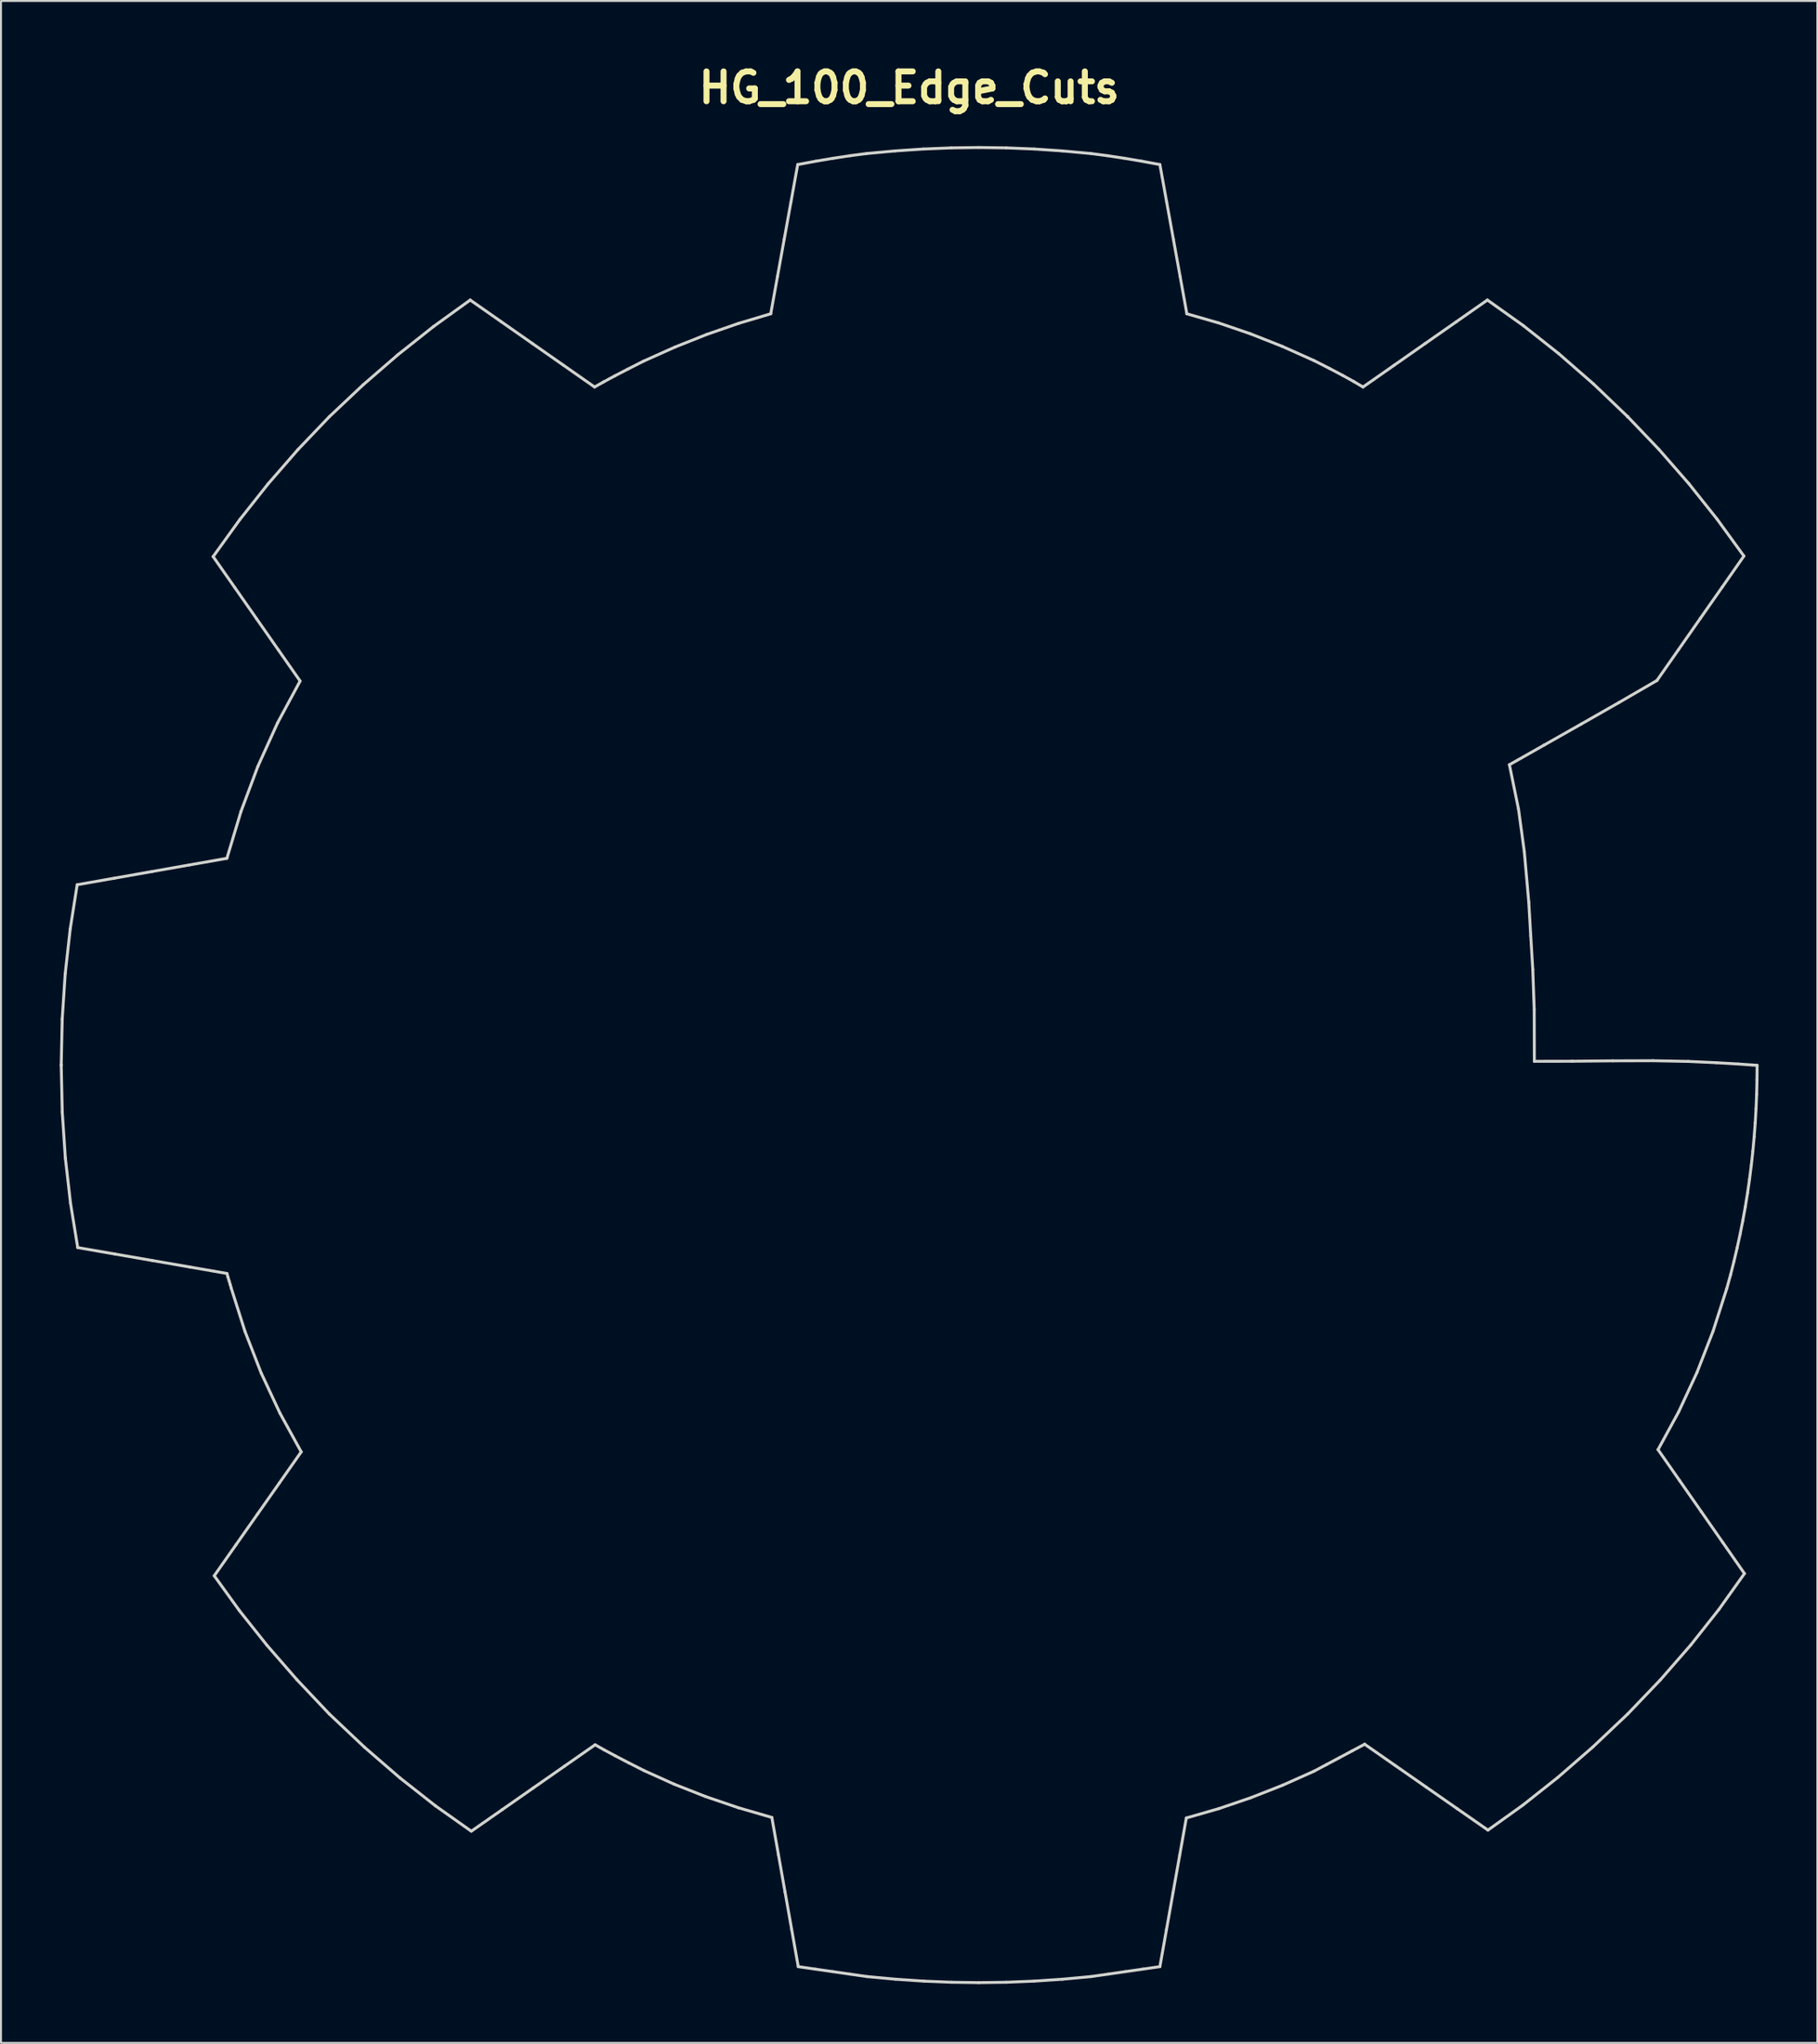
<source format=kicad_pcb>
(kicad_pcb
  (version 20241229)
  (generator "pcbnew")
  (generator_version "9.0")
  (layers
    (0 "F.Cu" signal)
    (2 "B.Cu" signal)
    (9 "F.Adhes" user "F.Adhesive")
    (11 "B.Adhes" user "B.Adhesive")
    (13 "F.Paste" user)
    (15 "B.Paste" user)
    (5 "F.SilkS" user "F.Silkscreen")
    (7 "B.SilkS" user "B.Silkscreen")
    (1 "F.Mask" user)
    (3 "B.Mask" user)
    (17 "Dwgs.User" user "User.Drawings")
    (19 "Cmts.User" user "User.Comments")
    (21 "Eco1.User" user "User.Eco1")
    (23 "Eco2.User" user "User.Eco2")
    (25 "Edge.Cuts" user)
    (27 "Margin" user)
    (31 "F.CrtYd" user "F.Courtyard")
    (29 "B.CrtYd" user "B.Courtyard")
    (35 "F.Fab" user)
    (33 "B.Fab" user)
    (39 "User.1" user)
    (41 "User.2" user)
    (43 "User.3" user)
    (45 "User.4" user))
  (footprint "HG_100_Edge_Cuts"
    (layer "F.Cu")
    (at 43.339 51.278)
    (property "Reference" "HG_100_Edge_Cuts" (at 0 -49.852 0) (layer "F.SilkS") (effects (font (size 1.524 1.524) (thickness 0.305))))
    (attr smd)
    (fp_line (start -43.265 -0.014) (end -43.214 -2.347) (stroke (width 0.149) (type solid)) (layer "Edge.Cuts"))
    (fp_line (start -43.265 -0.007) (end -43.265 -0.014) (stroke (width 0.149) (type solid)) (layer "Edge.Cuts"))
    (fp_line (start -43.265 0.00004) (end -43.265 -0.007) (stroke (width 0.149) (type solid)) (layer "Edge.Cuts"))
    (fp_line (start -43.265 0.007) (end -43.265 0.00004) (stroke (width 0.149) (type solid)) (layer "Edge.Cuts"))
    (fp_line (start -43.265 0.014) (end -43.265 0.007) (stroke (width 0.149) (type solid)) (layer "Edge.Cuts"))
    (fp_line (start -43.214 -2.347) (end -43.062 -4.655) (stroke (width 0.149) (type solid)) (layer "Edge.Cuts"))
    (fp_line (start -43.212 2.396) (end -43.265 0.014) (stroke (width 0.149) (type solid)) (layer "Edge.Cuts"))
    (fp_line (start -43.062 -4.655) (end -42.807 -6.939) (stroke (width 0.149) (type solid)) (layer "Edge.Cuts"))
    (fp_line (start -43.055 4.739) (end -43.212 2.396) (stroke (width 0.149) (type solid)) (layer "Edge.Cuts"))
    (fp_line (start -42.807 -6.939) (end -42.451 -9.198) (stroke (width 0.149) (type solid)) (layer "Edge.Cuts"))
    (fp_line (start -42.791 7.044) (end -43.055 4.739) (stroke (width 0.149) (type solid)) (layer "Edge.Cuts"))
    (fp_line (start -42.451 -9.198) (end -40.541 -9.535) (stroke (width 0.149) (type solid)) (layer "Edge.Cuts"))
    (fp_line (start -42.423 9.31) (end -42.791 7.044) (stroke (width 0.149) (type solid)) (layer "Edge.Cuts"))
    (fp_line (start -40.541 -9.535) (end -38.631 -9.872) (stroke (width 0.149) (type solid)) (layer "Edge.Cuts"))
    (fp_line (start -40.52 9.64) (end -42.423 9.31) (stroke (width 0.149) (type solid)) (layer "Edge.Cuts"))
    (fp_line (start -38.631 -9.872) (end -36.721 -10.209) (stroke (width 0.149) (type solid)) (layer "Edge.Cuts"))
    (fp_line (start -38.617 9.97) (end -40.52 9.64) (stroke (width 0.149) (type solid)) (layer "Edge.Cuts"))
    (fp_line (start -36.721 -10.209) (end -34.812 -10.546) (stroke (width 0.149) (type solid)) (layer "Edge.Cuts"))
    (fp_line (start -36.714 10.3) (end -38.617 9.97) (stroke (width 0.149) (type solid)) (layer "Edge.Cuts"))
    (fp_line (start -35.514 -25.937) (end -34.153 -27.825) (stroke (width 0.149) (type solid)) (layer "Edge.Cuts"))
    (fp_line (start -35.457 26.05) (end -34.348 24.47) (stroke (width 0.149) (type solid)) (layer "Edge.Cuts"))
    (fp_line (start -34.812 -10.546) (end -34.094 -12.933) (stroke (width 0.149) (type solid)) (layer "Edge.Cuts"))
    (fp_line (start -34.811 10.63) (end -36.714 10.3) (stroke (width 0.149) (type solid)) (layer "Edge.Cuts"))
    (fp_line (start -34.755 10.82) (end -34.811 10.63) (stroke (width 0.149) (type solid)) (layer "Edge.Cuts"))
    (fp_line (start -34.699 11.009) (end -34.755 10.82) (stroke (width 0.149) (type solid)) (layer "Edge.Cuts"))
    (fp_line (start -34.643 11.199) (end -34.699 11.009) (stroke (width 0.149) (type solid)) (layer "Edge.Cuts"))
    (fp_line (start -34.587 11.389) (end -34.643 11.199) (stroke (width 0.149) (type solid)) (layer "Edge.Cuts"))
    (fp_line (start -34.404 -24.35) (end -35.514 -25.937) (stroke (width 0.149) (type solid)) (layer "Edge.Cuts"))
    (fp_line (start -34.348 24.47) (end -33.239 22.89) (stroke (width 0.149) (type solid)) (layer "Edge.Cuts"))
    (fp_line (start -34.174 27.828) (end -35.457 26.05) (stroke (width 0.149) (type solid)) (layer "Edge.Cuts"))
    (fp_line (start -34.153 -27.825) (end -32.712 -29.644) (stroke (width 0.149) (type solid)) (layer "Edge.Cuts"))
    (fp_line (start -34.094 -12.933) (end -33.232 -15.236) (stroke (width 0.149) (type solid)) (layer "Edge.Cuts"))
    (fp_line (start -33.89 13.584) (end -34.587 11.389) (stroke (width 0.149) (type solid)) (layer "Edge.Cuts"))
    (fp_line (start -33.295 -22.763) (end -34.404 -24.35) (stroke (width 0.149) (type solid)) (layer "Edge.Cuts"))
    (fp_line (start -33.239 22.89) (end -32.129 21.31) (stroke (width 0.149) (type solid)) (layer "Edge.Cuts"))
    (fp_line (start -33.232 -15.236) (end -32.226 -17.455) (stroke (width 0.149) (type solid)) (layer "Edge.Cuts"))
    (fp_line (start -33.063 15.707) (end -33.89 13.584) (stroke (width 0.149) (type solid)) (layer "Edge.Cuts"))
    (fp_line (start -32.768 29.595) (end -34.174 27.828) (stroke (width 0.149) (type solid)) (layer "Edge.Cuts"))
    (fp_line (start -32.712 -29.644) (end -31.19 -31.392) (stroke (width 0.149) (type solid)) (layer "Edge.Cuts"))
    (fp_line (start -32.226 -17.455) (end -31.076 -19.589) (stroke (width 0.149) (type solid)) (layer "Edge.Cuts"))
    (fp_line (start -32.186 -21.176) (end -33.295 -22.763) (stroke (width 0.149) (type solid)) (layer "Edge.Cuts"))
    (fp_line (start -32.129 21.31) (end -31.02 19.73) (stroke (width 0.149) (type solid)) (layer "Edge.Cuts"))
    (fp_line (start -32.106 17.755) (end -33.063 15.707) (stroke (width 0.149) (type solid)) (layer "Edge.Cuts"))
    (fp_line (start -31.239 31.352) (end -32.768 29.595) (stroke (width 0.149) (type solid)) (layer "Edge.Cuts"))
    (fp_line (start -31.19 -31.392) (end -29.588 -33.07) (stroke (width 0.149) (type solid)) (layer "Edge.Cuts"))
    (fp_line (start -31.076 -19.589) (end -32.186 -21.176) (stroke (width 0.149) (type solid)) (layer "Edge.Cuts"))
    (fp_line (start -31.02 19.73) (end -32.106 17.755) (stroke (width 0.149) (type solid)) (layer "Edge.Cuts"))
    (fp_line (start -29.588 -33.07) (end -27.864 -34.696) (stroke (width 0.149) (type solid)) (layer "Edge.Cuts"))
    (fp_line (start -29.588 33.099) (end -31.239 31.352) (stroke (width 0.149) (type solid)) (layer "Edge.Cuts"))
    (fp_line (start -27.864 -34.696) (end -26.091 -36.23) (stroke (width 0.149) (type solid)) (layer "Edge.Cuts"))
    (fp_line (start -27.787 34.8) (end -29.588 33.099) (stroke (width 0.149) (type solid)) (layer "Edge.Cuts"))
    (fp_line (start -26.091 -36.23) (end -24.269 -37.673) (stroke (width 0.149) (type solid)) (layer "Edge.Cuts"))
    (fp_line (start -25.979 36.364) (end -27.787 34.8) (stroke (width 0.149) (type solid)) (layer "Edge.Cuts"))
    (fp_line (start -24.269 -37.673) (end -22.398 -39.024) (stroke (width 0.149) (type solid)) (layer "Edge.Cuts"))
    (fp_line (start -24.164 37.791) (end -25.979 36.364) (stroke (width 0.149) (type solid)) (layer "Edge.Cuts"))
    (fp_line (start -22.398 -39.024) (end -20.811 -37.915) (stroke (width 0.149) (type solid)) (layer "Edge.Cuts"))
    (fp_line (start -22.342 39.08) (end -24.164 37.791) (stroke (width 0.149) (type solid)) (layer "Edge.Cuts"))
    (fp_line (start -20.811 -37.915) (end -19.224 -36.806) (stroke (width 0.149) (type solid)) (layer "Edge.Cuts"))
    (fp_line (start -20.762 37.978) (end -22.342 39.08) (stroke (width 0.149) (type solid)) (layer "Edge.Cuts"))
    (fp_line (start -19.224 -36.806) (end -17.637 -35.696) (stroke (width 0.149) (type solid)) (layer "Edge.Cuts"))
    (fp_line (start -19.182 36.875) (end -20.762 37.978) (stroke (width 0.149) (type solid)) (layer "Edge.Cuts"))
    (fp_line (start -17.637 -35.696) (end -16.051 -34.587) (stroke (width 0.149) (type solid)) (layer "Edge.Cuts"))
    (fp_line (start -17.602 35.773) (end -19.182 36.875) (stroke (width 0.149) (type solid)) (layer "Edge.Cuts"))
    (fp_line (start -16.051 -34.587) (end -15.589 -34.848) (stroke (width 0.149) (type solid)) (layer "Edge.Cuts"))
    (fp_line (start -16.023 34.671) (end -17.602 35.773) (stroke (width 0.149) (type solid)) (layer "Edge.Cuts"))
    (fp_line (start -15.589 -34.848) (end -15.018 -35.156) (stroke (width 0.149) (type solid)) (layer "Edge.Cuts"))
    (fp_line (start -15.561 34.932) (end -16.023 34.671) (stroke (width 0.149) (type solid)) (layer "Edge.Cuts"))
    (fp_line (start -15.018 -35.156) (end -14.339 -35.508) (stroke (width 0.149) (type solid)) (layer "Edge.Cuts"))
    (fp_line (start -14.99 35.239) (end -15.561 34.932) (stroke (width 0.149) (type solid)) (layer "Edge.Cuts"))
    (fp_line (start -14.339 -35.508) (end -13.551 -35.907) (stroke (width 0.149) (type solid)) (layer "Edge.Cuts"))
    (fp_line (start -14.311 35.592) (end -14.99 35.239) (stroke (width 0.149) (type solid)) (layer "Edge.Cuts"))
    (fp_line (start -13.551 -35.907) (end -11.945 -36.626) (stroke (width 0.149) (type solid)) (layer "Edge.Cuts"))
    (fp_line (start -13.523 35.991) (end -14.311 35.592) (stroke (width 0.149) (type solid)) (layer "Edge.Cuts"))
    (fp_line (start -11.978 36.687) (end -13.523 35.991) (stroke (width 0.149) (type solid)) (layer "Edge.Cuts"))
    (fp_line (start -11.945 -36.626) (end -10.328 -37.269) (stroke (width 0.149) (type solid)) (layer "Edge.Cuts"))
    (fp_line (start -10.377 37.317) (end -11.978 36.687) (stroke (width 0.149) (type solid)) (layer "Edge.Cuts"))
    (fp_line (start -10.328 -37.269) (end -8.701 -37.834) (stroke (width 0.149) (type solid)) (layer "Edge.Cuts"))
    (fp_line (start -8.72 37.881) (end -10.377 37.317) (stroke (width 0.149) (type solid)) (layer "Edge.Cuts"))
    (fp_line (start -8.701 -37.834) (end -7.063 -38.322) (stroke (width 0.149) (type solid)) (layer "Edge.Cuts"))
    (fp_line (start -7.063 -38.322) (end -6.719 -40.225) (stroke (width 0.149) (type solid)) (layer "Edge.Cuts"))
    (fp_line (start -7.007 38.378) (end -8.72 37.881) (stroke (width 0.149) (type solid)) (layer "Edge.Cuts"))
    (fp_line (start -6.719 -40.225) (end -6.375 -42.128) (stroke (width 0.149) (type solid)) (layer "Edge.Cuts"))
    (fp_line (start -6.67 40.281) (end -7.007 38.378) (stroke (width 0.149) (type solid)) (layer "Edge.Cuts"))
    (fp_line (start -6.375 -42.128) (end -6.031 -44.03) (stroke (width 0.149) (type solid)) (layer "Edge.Cuts"))
    (fp_line (start -6.333 42.184) (end -6.67 40.281) (stroke (width 0.149) (type solid)) (layer "Edge.Cuts"))
    (fp_line (start -6.031 -44.03) (end -5.687 -45.933) (stroke (width 0.149) (type solid)) (layer "Edge.Cuts"))
    (fp_line (start -5.996 44.086) (end -6.333 42.184) (stroke (width 0.149) (type solid)) (layer "Edge.Cuts"))
    (fp_line (start -5.687 -45.933) (end -4.762 -46.105) (stroke (width 0.149) (type solid)) (layer "Edge.Cuts"))
    (fp_line (start -5.659 45.989) (end -5.996 44.086) (stroke (width 0.149) (type solid)) (layer "Edge.Cuts"))
    (fp_line (start -4.781 46.116) (end -5.659 45.989) (stroke (width 0.149) (type solid)) (layer "Edge.Cuts"))
    (fp_line (start -4.762 -46.105) (end -3.869 -46.256) (stroke (width 0.149) (type solid)) (layer "Edge.Cuts"))
    (fp_line (start -3.904 46.242) (end -4.781 46.116) (stroke (width 0.149) (type solid)) (layer "Edge.Cuts"))
    (fp_line (start -3.869 -46.256) (end -3.007 -46.386) (stroke (width 0.149) (type solid)) (layer "Edge.Cuts"))
    (fp_line (start -3.026 46.369) (end -3.904 46.242) (stroke (width 0.149) (type solid)) (layer "Edge.Cuts"))
    (fp_line (start -3.007 -46.386) (end -2.177 -46.495) (stroke (width 0.149) (type solid)) (layer "Edge.Cuts"))
    (fp_line (start -2.177 -46.495) (end -0.713 -46.63) (stroke (width 0.149) (type solid)) (layer "Edge.Cuts"))
    (fp_line (start -2.148 46.495) (end -3.026 46.369) (stroke (width 0.149) (type solid)) (layer "Edge.Cuts"))
    (fp_line (start -0.713 -46.63) (end 0.73 -46.727) (stroke (width 0.149) (type solid)) (layer "Edge.Cuts"))
    (fp_line (start -0.686 46.63) (end -2.148 46.495) (stroke (width 0.149) (type solid)) (layer "Edge.Cuts"))
    (fp_line (start 0.73 -46.727) (end 2.152 -46.785) (stroke (width 0.149) (type solid)) (layer "Edge.Cuts"))
    (fp_line (start 0.751 46.727) (end -0.686 46.63) (stroke (width 0.149) (type solid)) (layer "Edge.Cuts"))
    (fp_line (start 2.152 -46.785) (end 3.553 -46.804) (stroke (width 0.149) (type solid)) (layer "Edge.Cuts"))
    (fp_line (start 2.164 46.785) (end 0.751 46.727) (stroke (width 0.149) (type solid)) (layer "Edge.Cuts"))
    (fp_line (start 3.553 -46.804) (end 4.954 -46.785) (stroke (width 0.149) (type solid)) (layer "Edge.Cuts"))
    (fp_line (start 3.553 46.804) (end 2.164 46.785) (stroke (width 0.149) (type solid)) (layer "Edge.Cuts"))
    (fp_line (start 4.954 -46.785) (end 6.375 -46.727) (stroke (width 0.149) (type solid)) (layer "Edge.Cuts"))
    (fp_line (start 4.954 46.785) (end 3.553 46.804) (stroke (width 0.149) (type solid)) (layer "Edge.Cuts"))
    (fp_line (start 6.375 -46.727) (end 7.818 -46.63) (stroke (width 0.149) (type solid)) (layer "Edge.Cuts"))
    (fp_line (start 6.375 46.727) (end 4.954 46.785) (stroke (width 0.149) (type solid)) (layer "Edge.Cuts"))
    (fp_line (start 7.818 -46.63) (end 9.282 -46.495) (stroke (width 0.149) (type solid)) (layer "Edge.Cuts"))
    (fp_line (start 7.818 46.63) (end 6.375 46.727) (stroke (width 0.149) (type solid)) (layer "Edge.Cuts"))
    (fp_line (start 9.282 -46.495) (end 10.113 -46.386) (stroke (width 0.149) (type solid)) (layer "Edge.Cuts"))
    (fp_line (start 9.282 46.495) (end 7.818 46.63) (stroke (width 0.149) (type solid)) (layer "Edge.Cuts"))
    (fp_line (start 10.113 -46.386) (end 10.974 -46.256) (stroke (width 0.149) (type solid)) (layer "Edge.Cuts"))
    (fp_line (start 10.16 46.369) (end 9.282 46.495) (stroke (width 0.149) (type solid)) (layer "Edge.Cuts"))
    (fp_line (start 10.974 -46.256) (end 11.868 -46.105) (stroke (width 0.149) (type solid)) (layer "Edge.Cuts"))
    (fp_line (start 11.037 46.242) (end 10.16 46.369) (stroke (width 0.149) (type solid)) (layer "Edge.Cuts"))
    (fp_line (start 11.868 -46.105) (end 12.793 -45.933) (stroke (width 0.149) (type solid)) (layer "Edge.Cuts"))
    (fp_line (start 11.915 46.116) (end 11.037 46.242) (stroke (width 0.149) (type solid)) (layer "Edge.Cuts"))
    (fp_line (start 12.793 -45.933) (end 13.137 -44.03) (stroke (width 0.149) (type solid)) (layer "Edge.Cuts"))
    (fp_line (start 12.793 45.989) (end 11.915 46.116) (stroke (width 0.149) (type solid)) (layer "Edge.Cuts"))
    (fp_line (start 13.13 44.094) (end 12.793 45.989) (stroke (width 0.149) (type solid)) (layer "Edge.Cuts"))
    (fp_line (start 13.137 -44.03) (end 13.481 -42.128) (stroke (width 0.149) (type solid)) (layer "Edge.Cuts"))
    (fp_line (start 13.467 42.198) (end 13.13 44.094) (stroke (width 0.149) (type solid)) (layer "Edge.Cuts"))
    (fp_line (start 13.481 -42.128) (end 13.825 -40.225) (stroke (width 0.149) (type solid)) (layer "Edge.Cuts"))
    (fp_line (start 13.804 40.302) (end 13.467 42.198) (stroke (width 0.149) (type solid)) (layer "Edge.Cuts"))
    (fp_line (start 13.825 -40.225) (end 14.169 -38.322) (stroke (width 0.149) (type solid)) (layer "Edge.Cuts"))
    (fp_line (start 14.141 38.406) (end 13.804 40.302) (stroke (width 0.149) (type solid)) (layer "Edge.Cuts"))
    (fp_line (start 14.169 -38.322) (end 15.785 -37.857) (stroke (width 0.149) (type solid)) (layer "Edge.Cuts"))
    (fp_line (start 15.785 -37.857) (end 17.406 -37.304) (stroke (width 0.149) (type solid)) (layer "Edge.Cuts"))
    (fp_line (start 15.791 37.931) (end 14.141 38.406) (stroke (width 0.149) (type solid)) (layer "Edge.Cuts"))
    (fp_line (start 17.406 -37.304) (end 19.029 -36.663) (stroke (width 0.149) (type solid)) (layer "Edge.Cuts"))
    (fp_line (start 17.427 37.374) (end 15.791 37.931) (stroke (width 0.149) (type solid)) (layer "Edge.Cuts"))
    (fp_line (start 19.029 -36.663) (end 20.657 -35.935) (stroke (width 0.149) (type solid)) (layer "Edge.Cuts"))
    (fp_line (start 19.049 36.737) (end 17.427 37.374) (stroke (width 0.149) (type solid)) (layer "Edge.Cuts"))
    (fp_line (start 20.657 -35.935) (end 21.445 -35.535) (stroke (width 0.149) (type solid)) (layer "Edge.Cuts"))
    (fp_line (start 20.657 36.019) (end 19.049 36.737) (stroke (width 0.149) (type solid)) (layer "Edge.Cuts"))
    (fp_line (start 21.303 35.675) (end 20.657 36.019) (stroke (width 0.149) (type solid)) (layer "Edge.Cuts"))
    (fp_line (start 21.445 -35.535) (end 22.124 -35.177) (stroke (width 0.149) (type solid)) (layer "Edge.Cuts"))
    (fp_line (start 21.949 35.331) (end 21.303 35.675) (stroke (width 0.149) (type solid)) (layer "Edge.Cuts"))
    (fp_line (start 22.124 -35.177) (end 22.694 -34.861) (stroke (width 0.149) (type solid)) (layer "Edge.Cuts"))
    (fp_line (start 22.595 34.987) (end 21.949 35.331) (stroke (width 0.149) (type solid)) (layer "Edge.Cuts"))
    (fp_line (start 22.694 -34.861) (end 23.156 -34.587) (stroke (width 0.149) (type solid)) (layer "Edge.Cuts"))
    (fp_line (start 23.156 -34.587) (end 24.743 -35.696) (stroke (width 0.149) (type solid)) (layer "Edge.Cuts"))
    (fp_line (start 23.24 34.643) (end 22.595 34.987) (stroke (width 0.149) (type solid)) (layer "Edge.Cuts"))
    (fp_line (start 24.743 -35.696) (end 26.33 -36.806) (stroke (width 0.149) (type solid)) (layer "Edge.Cuts"))
    (fp_line (start 24.813 35.738) (end 23.24 34.643) (stroke (width 0.149) (type solid)) (layer "Edge.Cuts"))
    (fp_line (start 26.33 -36.806) (end 27.917 -37.915) (stroke (width 0.149) (type solid)) (layer "Edge.Cuts"))
    (fp_line (start 26.386 36.834) (end 24.813 35.738) (stroke (width 0.149) (type solid)) (layer "Edge.Cuts"))
    (fp_line (start 27.917 -37.915) (end 29.503 -39.024) (stroke (width 0.149) (type solid)) (layer "Edge.Cuts"))
    (fp_line (start 27.959 37.929) (end 26.386 36.834) (stroke (width 0.149) (type solid)) (layer "Edge.Cuts"))
    (fp_line (start 29.503 -39.024) (end 31.341 -37.715) (stroke (width 0.149) (type solid)) (layer "Edge.Cuts"))
    (fp_line (start 29.532 39.024) (end 27.959 37.929) (stroke (width 0.149) (type solid)) (layer "Edge.Cuts"))
    (fp_line (start 30.627 -15.32) (end 31.092 -13.05) (stroke (width 0.149) (type solid)) (layer "Edge.Cuts"))
    (fp_line (start 31.092 -13.05) (end 31.387 -10.883) (stroke (width 0.149) (type solid)) (layer "Edge.Cuts"))
    (fp_line (start 31.315 37.748) (end 29.532 39.024) (stroke (width 0.149) (type solid)) (layer "Edge.Cuts"))
    (fp_line (start 31.341 -37.715) (end 33.147 -36.286) (stroke (width 0.149) (type solid)) (layer "Edge.Cuts"))
    (fp_line (start 31.387 -10.883) (end 31.615 -8.31) (stroke (width 0.149) (type solid)) (layer "Edge.Cuts"))
    (fp_line (start 31.615 -8.31) (end 31.715 -6.594) (stroke (width 0.149) (type solid)) (layer "Edge.Cuts"))
    (fp_line (start 31.715 -6.594) (end 31.819 -4.872) (stroke (width 0.149) (type solid)) (layer "Edge.Cuts"))
    (fp_line (start 31.819 -4.872) (end 31.892 -2.84) (stroke (width 0.149) (type solid)) (layer "Edge.Cuts"))
    (fp_line (start 31.892 -2.84) (end 31.899 -0.192) (stroke (width 0.149) (type solid)) (layer "Edge.Cuts"))
    (fp_line (start 31.899 -0.192) (end 33.829 -0.196) (stroke (width 0.149) (type solid)) (layer "Edge.Cuts"))
    (fp_line (start 32.39 -16.318) (end 30.627 -15.32) (stroke (width 0.149) (type solid)) (layer "Edge.Cuts"))
    (fp_line (start 33.098 36.335) (end 31.315 37.748) (stroke (width 0.149) (type solid)) (layer "Edge.Cuts"))
    (fp_line (start 33.147 -36.286) (end 34.922 -34.738) (stroke (width 0.149) (type solid)) (layer "Edge.Cuts"))
    (fp_line (start 33.829 -0.196) (end 35.902 -0.216) (stroke (width 0.149) (type solid)) (layer "Edge.Cuts"))
    (fp_line (start 34.285 -17.391) (end 32.39 -16.318) (stroke (width 0.149) (type solid)) (layer "Edge.Cuts"))
    (fp_line (start 34.882 34.785) (end 33.098 36.335) (stroke (width 0.149) (type solid)) (layer "Edge.Cuts"))
    (fp_line (start 34.922 -34.738) (end 36.665 -33.07) (stroke (width 0.149) (type solid)) (layer "Edge.Cuts"))
    (fp_line (start 35.902 -0.216) (end 37.935 -0.223) (stroke (width 0.149) (type solid)) (layer "Edge.Cuts"))
    (fp_line (start 36.232 -18.502) (end 34.285 -17.391) (stroke (width 0.149) (type solid)) (layer "Edge.Cuts"))
    (fp_line (start 36.665 -33.07) (end 36.665 -33.07) (stroke (width 0.149) (type solid)) (layer "Edge.Cuts"))
    (fp_line (start 36.665 -33.07) (end 36.665 -33.07) (stroke (width 0.149) (type solid)) (layer "Edge.Cuts"))
    (fp_line (start 36.665 -33.07) (end 36.665 -33.07) (stroke (width 0.149) (type solid)) (layer "Edge.Cuts"))
    (fp_line (start 36.665 33.098) (end 34.882 34.785) (stroke (width 0.149) (type solid)) (layer "Edge.Cuts"))
    (fp_line (start 36.665 -33.07) (end 36.665 -33.07) (stroke (width 0.149) (type solid)) (layer "Edge.Cuts"))
    (fp_line (start 36.665 -33.07) (end 38.257 -31.404) (stroke (width 0.149) (type solid)) (layer "Edge.Cuts"))
    (fp_line (start 37.935 -0.223) (end 39.745 -0.187) (stroke (width 0.149) (type solid)) (layer "Edge.Cuts"))
    (fp_line (start 38.154 -19.617) (end 36.232 -18.502) (stroke (width 0.149) (type solid)) (layer "Edge.Cuts"))
    (fp_line (start 38.21 19.617) (end 39.312 21.197) (stroke (width 0.149) (type solid)) (layer "Edge.Cuts"))
    (fp_line (start 38.257 -31.404) (end 39.776 -29.664) (stroke (width 0.149) (type solid)) (layer "Edge.Cuts"))
    (fp_line (start 38.333 31.355) (end 36.665 33.098) (stroke (width 0.149) (type solid)) (layer "Edge.Cuts"))
    (fp_line (start 39.261 17.692) (end 38.21 19.617) (stroke (width 0.149) (type solid)) (layer "Edge.Cuts"))
    (fp_line (start 39.263 -21.204) (end 38.154 -19.617) (stroke (width 0.149) (type solid)) (layer "Edge.Cuts"))
    (fp_line (start 39.312 21.197) (end 40.415 22.777) (stroke (width 0.149) (type solid)) (layer "Edge.Cuts"))
    (fp_line (start 39.745 -0.187) (end 41.187 -0.12) (stroke (width 0.149) (type solid)) (layer "Edge.Cuts"))
    (fp_line (start 39.776 -29.664) (end 41.22 -27.851) (stroke (width 0.149) (type solid)) (layer "Edge.Cuts"))
    (fp_line (start 39.881 29.58) (end 38.333 31.355) (stroke (width 0.149) (type solid)) (layer "Edge.Cuts"))
    (fp_line (start 40.197 15.679) (end 39.261 17.692) (stroke (width 0.149) (type solid)) (layer "Edge.Cuts"))
    (fp_line (start 40.372 -22.791) (end 39.263 -21.204) (stroke (width 0.149) (type solid)) (layer "Edge.Cuts"))
    (fp_line (start 40.415 22.777) (end 41.517 24.357) (stroke (width 0.149) (type solid)) (layer "Edge.Cuts"))
    (fp_line (start 41.017 13.577) (end 40.197 15.679) (stroke (width 0.149) (type solid)) (layer "Edge.Cuts"))
    (fp_line (start 41.187 -0.12) (end 42.298 -0.055) (stroke (width 0.149) (type solid)) (layer "Edge.Cuts"))
    (fp_line (start 41.22 -27.851) (end 42.591 -25.964) (stroke (width 0.149) (type solid)) (layer "Edge.Cuts"))
    (fp_line (start 41.31 27.774) (end 39.881 29.58) (stroke (width 0.149) (type solid)) (layer "Edge.Cuts"))
    (fp_line (start 41.482 -24.377) (end 40.372 -22.791) (stroke (width 0.149) (type solid)) (layer "Edge.Cuts"))
    (fp_line (start 41.517 24.357) (end 42.619 25.937) (stroke (width 0.149) (type solid)) (layer "Edge.Cuts"))
    (fp_line (start 41.72 11.389) (end 41.017 13.577) (stroke (width 0.149) (type solid)) (layer "Edge.Cuts"))
    (fp_line (start 41.908 10.706) (end 41.72 11.389) (stroke (width 0.149) (type solid)) (layer "Edge.Cuts"))
    (fp_line (start 42.082 10.019) (end 41.908 10.706) (stroke (width 0.149) (type solid)) (layer "Edge.Cuts"))
    (fp_line (start 42.245 9.328) (end 42.082 10.019) (stroke (width 0.149) (type solid)) (layer "Edge.Cuts"))
    (fp_line (start 42.298 -0.055) (end 43.012 -0.005) (stroke (width 0.149) (type solid)) (layer "Edge.Cuts"))
    (fp_line (start 42.396 8.634) (end 42.245 9.328) (stroke (width 0.149) (type solid)) (layer "Edge.Cuts"))
    (fp_line (start 42.535 7.936) (end 42.396 8.634) (stroke (width 0.149) (type solid)) (layer "Edge.Cuts"))
    (fp_line (start 42.591 -25.964) (end 41.482 -24.377) (stroke (width 0.149) (type solid)) (layer "Edge.Cuts"))
    (fp_line (start 42.619 25.937) (end 41.31 27.774) (stroke (width 0.149) (type solid)) (layer "Edge.Cuts"))
    (fp_line (start 42.662 7.235) (end 42.535 7.936) (stroke (width 0.149) (type solid)) (layer "Edge.Cuts"))
    (fp_line (start 42.776 6.53) (end 42.662 7.235) (stroke (width 0.149) (type solid)) (layer "Edge.Cuts"))
    (fp_line (start 42.879 5.821) (end 42.776 6.53) (stroke (width 0.149) (type solid)) (layer "Edge.Cuts"))
    (fp_line (start 42.969 5.108) (end 42.879 5.821) (stroke (width 0.149) (type solid)) (layer "Edge.Cuts"))
    (fp_line (start 43.012 -0.005) (end 43.265 0.014) (stroke (width 0.149) (type solid)) (layer "Edge.Cuts"))
    (fp_line (start 43.048 4.391) (end 42.969 5.108) (stroke (width 0.149) (type solid)) (layer "Edge.Cuts"))
    (fp_line (start 43.114 3.671) (end 43.048 4.391) (stroke (width 0.149) (type solid)) (layer "Edge.Cuts"))
    (fp_line (start 43.169 2.947) (end 43.114 3.671) (stroke (width 0.149) (type solid)) (layer "Edge.Cuts"))
    (fp_line (start 43.211 2.219) (end 43.169 2.947) (stroke (width 0.149) (type solid)) (layer "Edge.Cuts"))
    (fp_line (start 43.241 1.488) (end 43.211 2.219) (stroke (width 0.149) (type solid)) (layer "Edge.Cuts"))
    (fp_line (start 43.259 0.753) (end 43.241 1.488) (stroke (width 0.149) (type solid)) (layer "Edge.Cuts"))
    (fp_line (start 43.265 0.014) (end 43.259 0.753) (stroke (width 0.149) (type solid)) (layer "Edge.Cuts")))
  (gr_rect
    (start -3 -3)
    (end 89.679 101.156)
    (stroke (width 0.1) (type default))
    (fill no)
    (layer "Edge.Cuts")))
</source>
